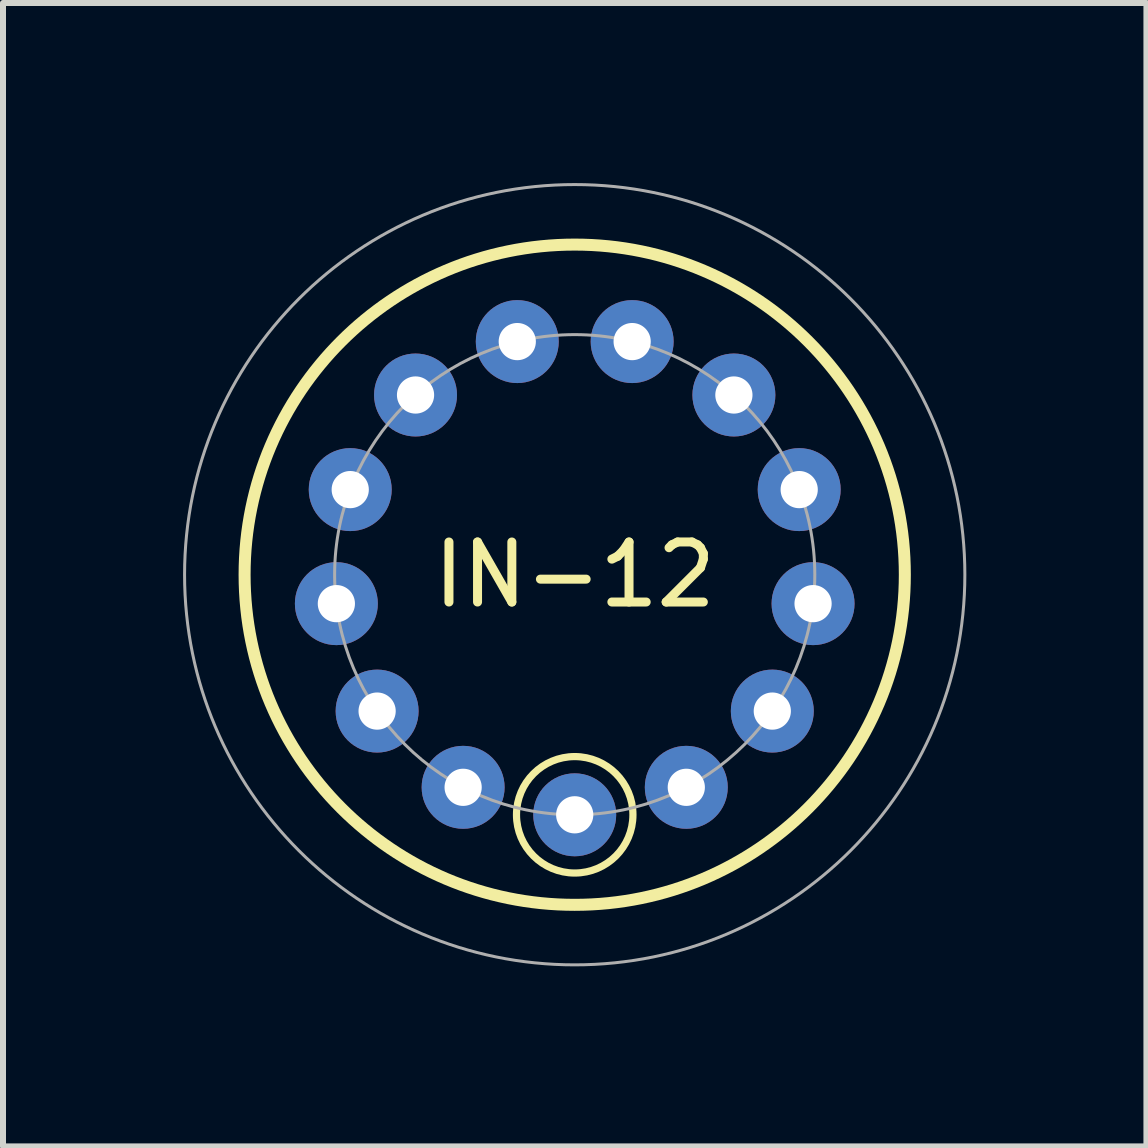
<source format=kicad_pcb>
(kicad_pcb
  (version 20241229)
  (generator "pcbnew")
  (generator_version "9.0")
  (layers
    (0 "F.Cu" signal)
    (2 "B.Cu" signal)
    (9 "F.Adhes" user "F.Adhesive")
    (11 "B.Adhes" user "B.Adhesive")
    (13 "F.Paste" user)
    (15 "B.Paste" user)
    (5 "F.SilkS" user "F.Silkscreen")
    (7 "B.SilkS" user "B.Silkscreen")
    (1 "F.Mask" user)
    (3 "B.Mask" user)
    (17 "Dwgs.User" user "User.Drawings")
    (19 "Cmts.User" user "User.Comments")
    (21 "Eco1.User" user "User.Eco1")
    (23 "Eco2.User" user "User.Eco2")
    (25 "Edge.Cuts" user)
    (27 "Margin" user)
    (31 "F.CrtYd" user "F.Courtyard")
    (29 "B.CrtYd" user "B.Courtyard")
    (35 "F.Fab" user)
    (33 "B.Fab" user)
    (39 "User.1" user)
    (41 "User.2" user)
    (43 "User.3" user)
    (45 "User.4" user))
  (footprint "IN-12"
    (layer "F.Cu")
    (at 6.525 6.525)
    (property "Reference" "IN-12" (at 0 0 0) (layer "F.SilkS") (effects (font (size 1 1) (thickness 0.15))))
    (attr through_hole)
    (fp_circle (center 0 0) (end 5.5 0) (stroke (width 0.2) (type solid)) (fill no) (layer "F.SilkS"))
    (fp_circle (center 0 4) (end 0.97 4) (stroke (width 0.12) (type solid)) (fill no) (layer "F.SilkS"))
    (fp_circle (center 0 0) (end 4 0) (stroke (width 0.05) (type solid)) (fill no) (layer "F.Fab"))
    (fp_circle (center 0 0) (end 6.5 0) (stroke (width 0.05) (type solid)) (fill no) (layer "F.Fab"))
    (pad "1" thru_hole circle (at 0 4) (size 1.382 1.382) (drill 0.62) (layers "*.Cu" "*.Mask"))
    (pad "2" thru_hole circle (at 1.859 3.542) (size 1.382 1.382) (drill 0.62) (layers "*.Cu" "*.Mask"))
    (pad "3" thru_hole circle (at 3.292 2.272) (size 1.382 1.382) (drill 0.62) (layers "*.Cu" "*.Mask"))
    (pad "4" thru_hole circle (at 3.971 0.482) (size 1.382 1.382) (drill 0.62) (layers "*.Cu" "*.Mask"))
    (pad "5" thru_hole circle (at 3.74 -1.418) (size 1.382 1.382) (drill 0.62) (layers "*.Cu" "*.Mask"))
    (pad "6" thru_hole circle (at 2.652 -2.994) (size 1.382 1.382) (drill 0.62) (layers "*.Cu" "*.Mask"))
    (pad "7" thru_hole circle (at 0.957 -3.884) (size 1.382 1.382) (drill 0.62) (layers "*.Cu" "*.Mask"))
    (pad "8" thru_hole circle (at -0.957 -3.884) (size 1.382 1.382) (drill 0.62) (layers "*.Cu" "*.Mask"))
    (pad "9" thru_hole circle (at -2.652 -2.994) (size 1.382 1.382) (drill 0.62) (layers "*.Cu" "*.Mask"))
    (pad "10" thru_hole circle (at -3.74 -1.418) (size 1.382 1.382) (drill 0.62) (layers "*.Cu" "*.Mask"))
    (pad "11" thru_hole circle (at -3.971 0.482) (size 1.382 1.382) (drill 0.62) (layers "*.Cu" "*.Mask"))
    (pad "12" thru_hole circle (at -3.292 2.272) (size 1.382 1.382) (drill 0.62) (layers "*.Cu" "*.Mask"))
    (pad "13" thru_hole circle (at -1.859 3.542) (size 1.382 1.382) (drill 0.62) (layers "*.Cu" "*.Mask")))
  (gr_rect
    (start -3 -3)
    (end 16.05 16.05)
    (stroke (width 0.1) (type default))
    (fill no)
    (layer "Edge.Cuts")))
</source>
